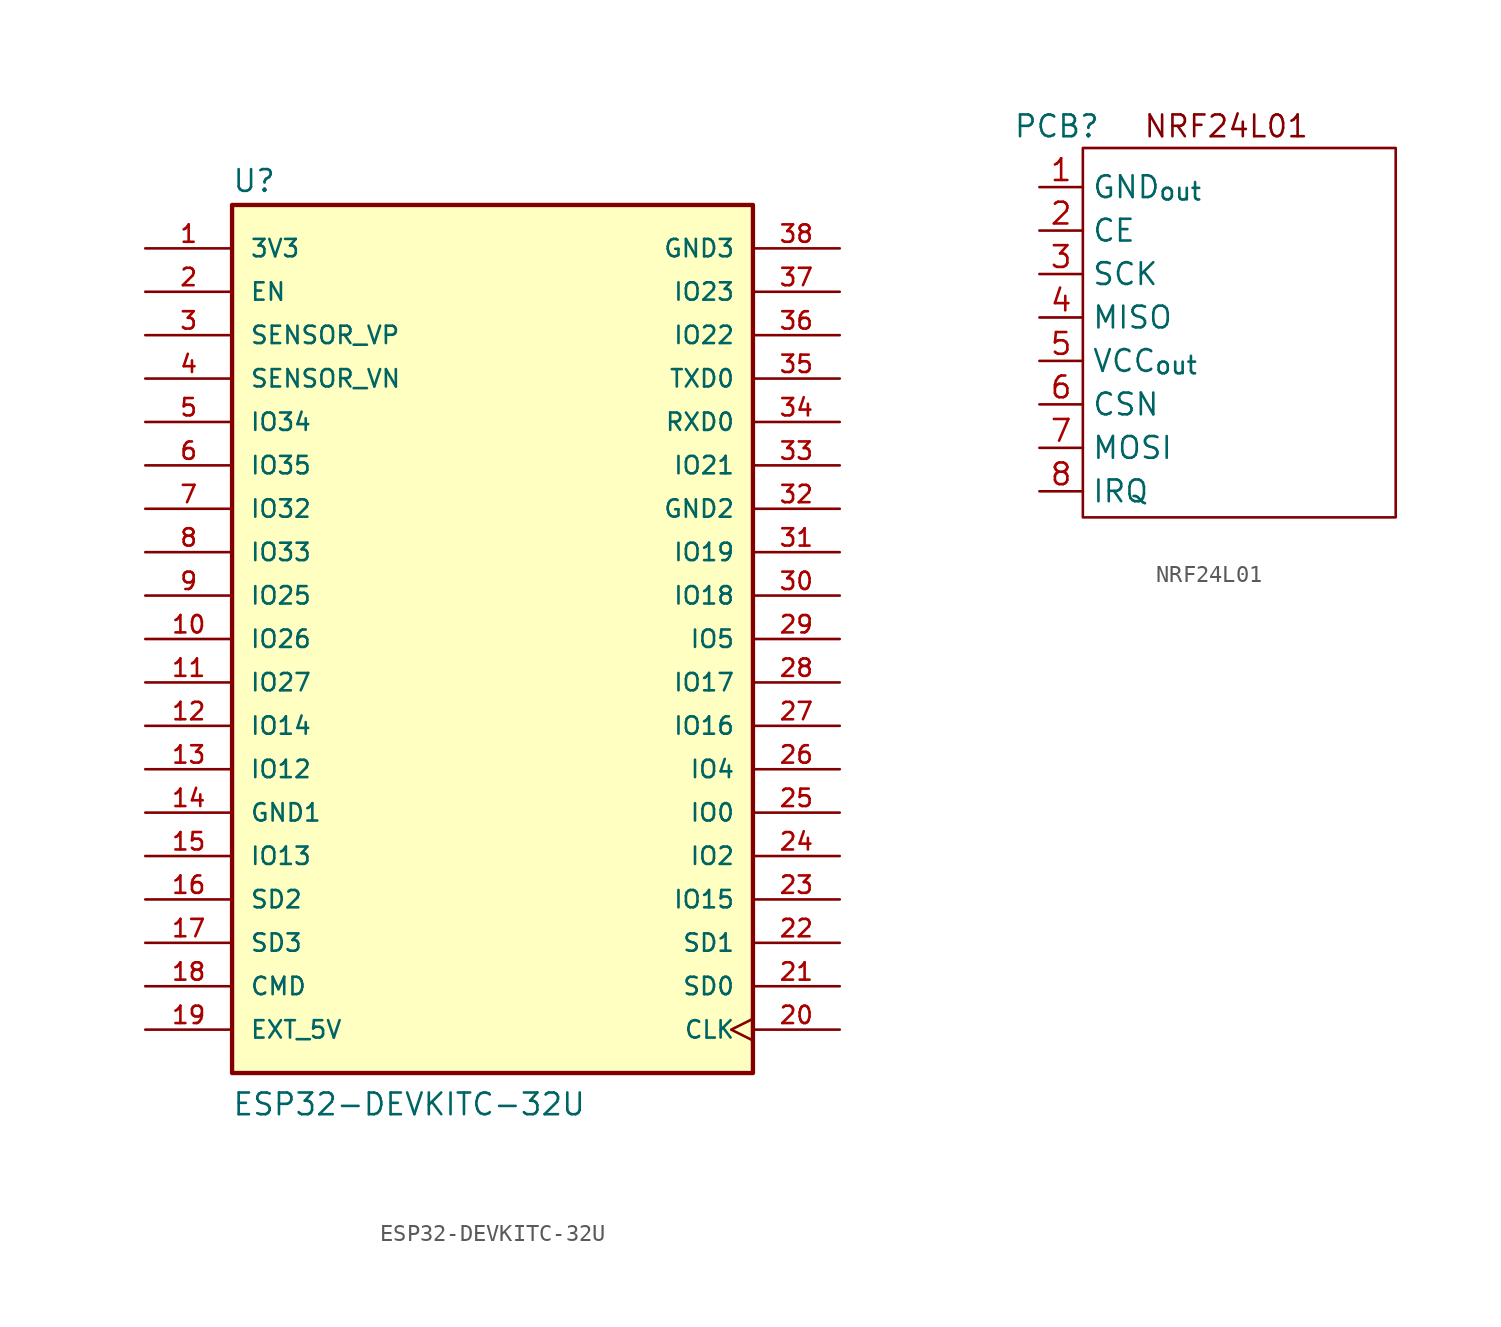
<source format=kicad_sym>
(kicad_symbol_lib
  (version 20241209)
  (generator "kicad_symbol_editor")
  (generator_version "9.0")
  (symbol "ESP32-DEVKITC-32U"
    (pin_names
      (offset 1.016))
    (property "Reference" "U"
      (at -15.257 26.064 0)
      (effects (font (size 1.27 1.27)) (justify left bottom)))
    (property "Value" "ESP32-DEVKITC-32U"
      (at -15.256 -27.97 0)
      (effects (font (size 1.27 1.27)) (justify left bottom)))
    (symbol "ESP32-DEVKITC-32U_0_0"
      (rectangle (start -15.24 -25.4) (end 15.24 25.4) (stroke (width 0.254) (type default)) (fill (type background)))
      (pin power_in line (at -20.32 22.86 0) (length 5.08) (name "3V3" (effects (font (size 1.016 1.016)))) (number "1" (effects (font (size 1.016 1.016)))))
      (pin input line (at -20.32 20.32 0) (length 5.08) (name "EN" (effects (font (size 1.016 1.016)))) (number "2" (effects (font (size 1.016 1.016)))))
      (pin input line (at -20.32 17.78 0) (length 5.08) (name "SENSOR_VP" (effects (font (size 1.016 1.016)))) (number "3" (effects (font (size 1.016 1.016)))))
      (pin input line (at -20.32 15.24 0) (length 5.08) (name "SENSOR_VN" (effects (font (size 1.016 1.016)))) (number "4" (effects (font (size 1.016 1.016)))))
      (pin bidirectional line (at -20.32 12.7 0) (length 5.08) (name "IO34" (effects (font (size 1.016 1.016)))) (number "5" (effects (font (size 1.016 1.016)))))
      (pin bidirectional line (at -20.32 10.16 0) (length 5.08) (name "IO35" (effects (font (size 1.016 1.016)))) (number "6" (effects (font (size 1.016 1.016)))))
      (pin bidirectional line (at -20.32 7.62 0) (length 5.08) (name "IO32" (effects (font (size 1.016 1.016)))) (number "7" (effects (font (size 1.016 1.016)))))
      (pin bidirectional line (at -20.32 5.08 0) (length 5.08) (name "IO33" (effects (font (size 1.016 1.016)))) (number "8" (effects (font (size 1.016 1.016)))))
      (pin bidirectional line (at -20.32 2.54 0) (length 5.08) (name "IO25" (effects (font (size 1.016 1.016)))) (number "9" (effects (font (size 1.016 1.016)))))
      (pin bidirectional line (at -20.32 0 0) (length 5.08) (name "IO26" (effects (font (size 1.016 1.016)))) (number "10" (effects (font (size 1.016 1.016)))))
      (pin bidirectional line (at -20.32 -2.54 0) (length 5.08) (name "IO27" (effects (font (size 1.016 1.016)))) (number "11" (effects (font (size 1.016 1.016)))))
      (pin bidirectional line (at -20.32 -5.08 0) (length 5.08) (name "IO14" (effects (font (size 1.016 1.016)))) (number "12" (effects (font (size 1.016 1.016)))))
      (pin bidirectional line (at -20.32 -7.62 0) (length 5.08) (name "IO12" (effects (font (size 1.016 1.016)))) (number "13" (effects (font (size 1.016 1.016)))))
      (pin power_in line (at -20.32 -10.16 0) (length 5.08) (name "GND1" (effects (font (size 1.016 1.016)))) (number "14" (effects (font (size 1.016 1.016)))))
      (pin bidirectional line (at -20.32 -12.7 0) (length 5.08) (name "IO13" (effects (font (size 1.016 1.016)))) (number "15" (effects (font (size 1.016 1.016)))))
      (pin bidirectional line (at -20.32 -15.24 0) (length 5.08) (name "SD2" (effects (font (size 1.016 1.016)))) (number "16" (effects (font (size 1.016 1.016)))))
      (pin bidirectional line (at -20.32 -17.78 0) (length 5.08) (name "SD3" (effects (font (size 1.016 1.016)))) (number "17" (effects (font (size 1.016 1.016)))))
      (pin bidirectional line (at -20.32 -20.32 0) (length 5.08) (name "CMD" (effects (font (size 1.016 1.016)))) (number "18" (effects (font (size 1.016 1.016)))))
      (pin power_in line (at -20.32 -22.86 0) (length 5.08) (name "EXT_5V" (effects (font (size 1.016 1.016)))) (number "19" (effects (font (size 1.016 1.016)))))
      (pin power_in line (at 20.32 22.86 180) (length 5.08) (name "GND3" (effects (font (size 1.016 1.016)))) (number "38" (effects (font (size 1.016 1.016)))))
      (pin bidirectional line (at 20.32 20.32 180) (length 5.08) (name "IO23" (effects (font (size 1.016 1.016)))) (number "37" (effects (font (size 1.016 1.016)))))
      (pin bidirectional line (at 20.32 17.78 180) (length 5.08) (name "IO22" (effects (font (size 1.016 1.016)))) (number "36" (effects (font (size 1.016 1.016)))))
      (pin output line (at 20.32 15.24 180) (length 5.08) (name "TXD0" (effects (font (size 1.016 1.016)))) (number "35" (effects (font (size 1.016 1.016)))))
      (pin input line (at 20.32 12.7 180) (length 5.08) (name "RXD0" (effects (font (size 1.016 1.016)))) (number "34" (effects (font (size 1.016 1.016)))))
      (pin bidirectional line (at 20.32 10.16 180) (length 5.08) (name "IO21" (effects (font (size 1.016 1.016)))) (number "33" (effects (font (size 1.016 1.016)))))
      (pin power_in line (at 20.32 7.62 180) (length 5.08) (name "GND2" (effects (font (size 1.016 1.016)))) (number "32" (effects (font (size 1.016 1.016)))))
      (pin bidirectional line (at 20.32 5.08 180) (length 5.08) (name "IO19" (effects (font (size 1.016 1.016)))) (number "31" (effects (font (size 1.016 1.016)))))
      (pin bidirectional line (at 20.32 2.54 180) (length 5.08) (name "IO18" (effects (font (size 1.016 1.016)))) (number "30" (effects (font (size 1.016 1.016)))))
      (pin bidirectional line (at 20.32 0 180) (length 5.08) (name "IO5" (effects (font (size 1.016 1.016)))) (number "29" (effects (font (size 1.016 1.016)))))
      (pin bidirectional line (at 20.32 -2.54 180) (length 5.08) (name "IO17" (effects (font (size 1.016 1.016)))) (number "28" (effects (font (size 1.016 1.016)))))
      (pin bidirectional line (at 20.32 -5.08 180) (length 5.08) (name "IO16" (effects (font (size 1.016 1.016)))) (number "27" (effects (font (size 1.016 1.016)))))
      (pin bidirectional line (at 20.32 -7.62 180) (length 5.08) (name "IO4" (effects (font (size 1.016 1.016)))) (number "26" (effects (font (size 1.016 1.016)))))
      (pin bidirectional line (at 20.32 -10.16 180) (length 5.08) (name "IO0" (effects (font (size 1.016 1.016)))) (number "25" (effects (font (size 1.016 1.016)))))
      (pin bidirectional line (at 20.32 -12.7 180) (length 5.08) (name "IO2" (effects (font (size 1.016 1.016)))) (number "24" (effects (font (size 1.016 1.016)))))
      (pin bidirectional line (at 20.32 -15.24 180) (length 5.08) (name "IO15" (effects (font (size 1.016 1.016)))) (number "23" (effects (font (size 1.016 1.016)))))
      (pin bidirectional line (at 20.32 -17.78 180) (length 5.08) (name "SD1" (effects (font (size 1.016 1.016)))) (number "22" (effects (font (size 1.016 1.016)))))
      (pin bidirectional line (at 20.32 -20.32 180) (length 5.08) (name "SD0" (effects (font (size 1.016 1.016)))) (number "21" (effects (font (size 1.016 1.016)))))
      (pin input clock (at 20.32 -22.86 180) (length 5.08) (name "CLK" (effects (font (size 1.016 1.016)))) (number "20" (effects (font (size 1.016 1.016)))))))
  (symbol "NRF24L01"
    (property "Reference" "PCB"
      (at -11.684 11.176 0)
      (effects (font (size 1.27 1.27))))
    (property "Value" ""
      (at 0 0 0)
      (effects (font (size 1.27 1.27))))
    (symbol "NRF24L01_0_1"
      (rectangle (start -10.16 9.906) (end 8.128 -11.684) (stroke (width 0) (type default)) (fill (type none))))
    (symbol "NRF24L01_1_1"
      (text "NRF24L01" (at -1.778 11.176 0) (effects (font (size 1.27 1.27))))
      (pin input line (at -12.7 7.62 0) (length 2.54) (name "GND_{out}" (effects (font (size 1.27 1.27)))) (number "1" (effects (font (size 1.27 1.27)))))
      (pin input line (at -12.7 5.08 0) (length 2.54) (name "CE" (effects (font (size 1.27 1.27)))) (number "2" (effects (font (size 1.27 1.27)))))
      (pin input line (at -12.7 2.54 0) (length 2.54) (name "SCK" (effects (font (size 1.27 1.27)))) (number "3" (effects (font (size 1.27 1.27)))))
      (pin input line (at -12.7 0 0) (length 2.54) (name "MISO" (effects (font (size 1.27 1.27)))) (number "4" (effects (font (size 1.27 1.27)))))
      (pin input line (at -12.7 -2.54 0) (length 2.54) (name "VCC_{out}" (effects (font (size 1.27 1.27)))) (number "5" (effects (font (size 1.27 1.27)))))
      (pin input line (at -12.7 -5.08 0) (length 2.54) (name "CSN" (effects (font (size 1.27 1.27)))) (number "6" (effects (font (size 1.27 1.27)))))
      (pin input line (at -12.7 -7.62 0) (length 2.54) (name "MOSI" (effects (font (size 1.27 1.27)))) (number "7" (effects (font (size 1.27 1.27)))))
      (pin input line (at -12.7 -10.16 0) (length 2.54) (name "IRQ" (effects (font (size 1.27 1.27)))) (number "8" (effects (font (size 1.27 1.27))))))))
</source>
